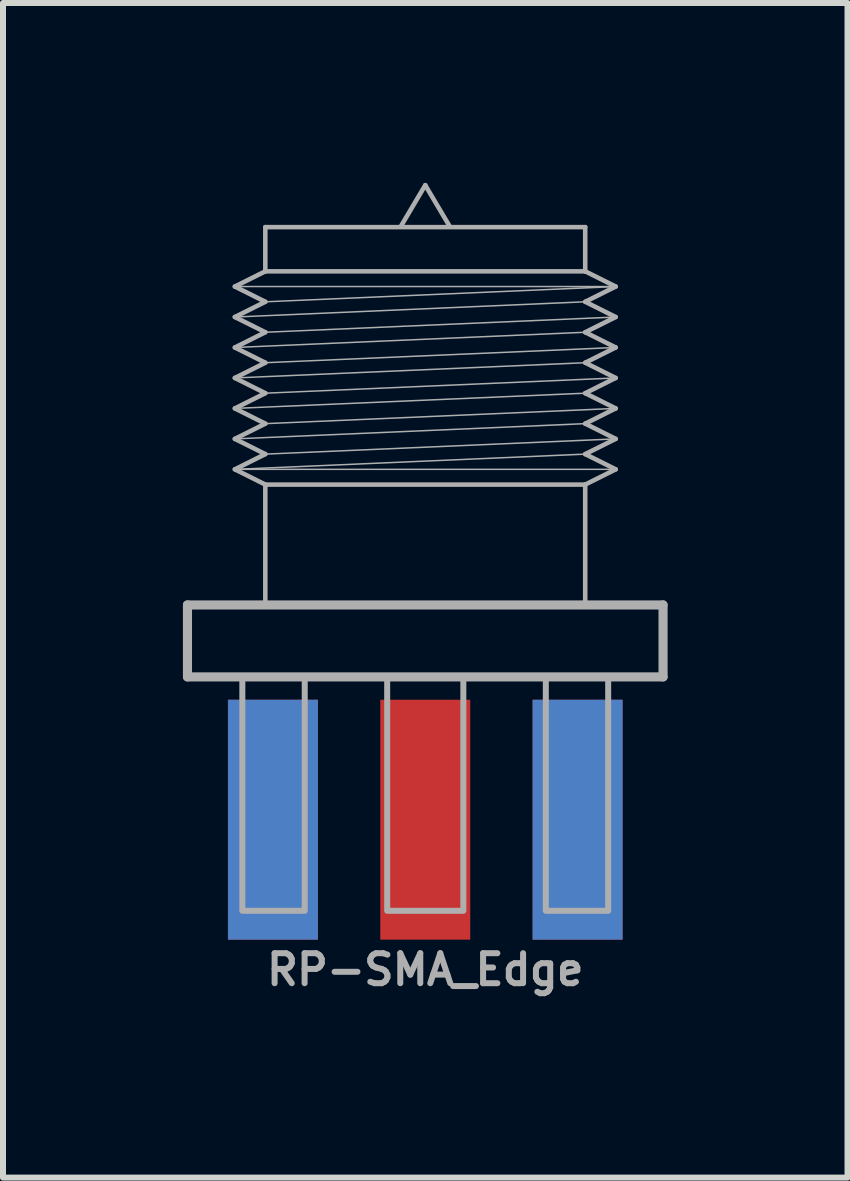
<source format=kicad_pcb>
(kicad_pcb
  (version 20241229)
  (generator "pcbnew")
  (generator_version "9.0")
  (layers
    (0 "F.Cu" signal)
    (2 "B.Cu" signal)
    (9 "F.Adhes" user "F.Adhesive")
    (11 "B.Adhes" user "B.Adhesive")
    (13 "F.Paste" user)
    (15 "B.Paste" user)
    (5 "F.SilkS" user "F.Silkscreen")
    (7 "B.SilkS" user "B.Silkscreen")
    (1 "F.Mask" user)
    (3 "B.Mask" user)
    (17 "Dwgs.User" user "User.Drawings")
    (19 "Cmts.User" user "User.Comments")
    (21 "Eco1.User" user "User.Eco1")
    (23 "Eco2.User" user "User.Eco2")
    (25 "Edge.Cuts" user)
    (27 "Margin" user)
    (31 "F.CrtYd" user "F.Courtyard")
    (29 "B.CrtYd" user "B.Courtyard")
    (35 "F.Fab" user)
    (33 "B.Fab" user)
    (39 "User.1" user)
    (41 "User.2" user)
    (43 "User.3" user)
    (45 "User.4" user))
  (footprint "RP-SMA_Edge"
    (layer "F.Cu")
    (at 4.041 10.618)
    (property "Reference" "RP-SMA_Edge" (at 0 2.5 0) (layer "F.Fab") (effects (font (size 0.5 0.5) (thickness 0.1) (bold yes))))
    (fp_line (start -3.965 -3.581) (end 3.965 -3.581) (stroke (width 0.152) (type solid)) (layer "F.Fab"))
    (fp_line (start -3.965 -2.381) (end -3.965 -3.581) (stroke (width 0.152) (type solid)) (layer "F.Fab"))
    (fp_line (start -3.175 -8.89) (end -2.667 -9.144) (stroke (width 0.076) (type solid)) (layer "F.Fab"))
    (fp_line (start -3.175 -8.382) (end -2.667 -8.636) (stroke (width 0.076) (type solid)) (layer "F.Fab"))
    (fp_line (start -3.175 -8.382) (end 2.667 -8.636) (stroke (width 0.025) (type solid)) (layer "F.Fab"))
    (fp_line (start -3.175 -7.874) (end -2.667 -8.128) (stroke (width 0.076) (type solid)) (layer "F.Fab"))
    (fp_line (start -3.175 -7.874) (end -2.667 -7.62) (stroke (width 0.076) (type solid)) (layer "F.Fab"))
    (fp_line (start -3.175 -7.874) (end 2.667 -8.128) (stroke (width 0.025) (type solid)) (layer "F.Fab"))
    (fp_line (start -3.175 -7.366) (end -2.667 -7.62) (stroke (width 0.076) (type solid)) (layer "F.Fab"))
    (fp_line (start -3.175 -7.366) (end 2.667 -7.62) (stroke (width 0.025) (type solid)) (layer "F.Fab"))
    (fp_line (start -3.175 -6.858) (end -2.667 -7.112) (stroke (width 0.076) (type solid)) (layer "F.Fab"))
    (fp_line (start -3.175 -6.858) (end 2.667 -7.112) (stroke (width 0.025) (type solid)) (layer "F.Fab"))
    (fp_line (start -3.175 -6.35) (end -2.667 -6.604) (stroke (width 0.076) (type solid)) (layer "F.Fab"))
    (fp_line (start -3.175 -6.35) (end 2.667 -6.604) (stroke (width 0.025) (type solid)) (layer "F.Fab"))
    (fp_line (start -3.175 -5.842) (end -2.667 -6.096) (stroke (width 0.076) (type solid)) (layer "F.Fab"))
    (fp_line (start -3.175 -5.842) (end 2.667 -6.096) (stroke (width 0.025) (type solid)) (layer "F.Fab"))
    (fp_line (start -3.175 -5.842) (end 3.175 -5.842) (stroke (width 0.025) (type solid)) (layer "F.Fab"))
    (fp_line (start -2.667 -9.881) (end 2.667 -9.881) (stroke (width 0.076) (type solid)) (layer "F.Fab"))
    (fp_line (start -2.667 -9.144) (end -2.667 -9.881) (stroke (width 0.076) (type solid)) (layer "F.Fab"))
    (fp_line (start -2.667 -9.144) (end 2.667 -9.144) (stroke (width 0.076) (type solid)) (layer "F.Fab"))
    (fp_line (start -2.667 -8.636) (end -3.175 -8.89) (stroke (width 0.076) (type solid)) (layer "F.Fab"))
    (fp_line (start -2.667 -8.636) (end 3.175 -8.89) (stroke (width 0.025) (type solid)) (layer "F.Fab"))
    (fp_line (start -2.667 -8.128) (end -3.175 -8.382) (stroke (width 0.076) (type solid)) (layer "F.Fab"))
    (fp_line (start -2.667 -8.128) (end 3.175 -8.382) (stroke (width 0.025) (type solid)) (layer "F.Fab"))
    (fp_line (start -2.667 -7.62) (end 3.175 -7.874) (stroke (width 0.025) (type solid)) (layer "F.Fab"))
    (fp_line (start -2.667 -7.112) (end -3.175 -7.366) (stroke (width 0.076) (type solid)) (layer "F.Fab"))
    (fp_line (start -2.667 -7.112) (end 3.175 -7.366) (stroke (width 0.025) (type solid)) (layer "F.Fab"))
    (fp_line (start -2.667 -6.604) (end -3.175 -6.858) (stroke (width 0.076) (type solid)) (layer "F.Fab"))
    (fp_line (start -2.667 -6.604) (end 3.175 -6.858) (stroke (width 0.025) (type solid)) (layer "F.Fab"))
    (fp_line (start -2.667 -6.096) (end -3.175 -6.35) (stroke (width 0.076) (type solid)) (layer "F.Fab"))
    (fp_line (start -2.667 -6.096) (end 3.175 -6.35) (stroke (width 0.025) (type solid)) (layer "F.Fab"))
    (fp_line (start -2.667 -5.588) (end -3.175 -5.842) (stroke (width 0.076) (type solid)) (layer "F.Fab"))
    (fp_line (start -2.667 -5.588) (end 2.667 -5.588) (stroke (width 0.076) (type solid)) (layer "F.Fab"))
    (fp_line (start -2.667 -3.581) (end -2.667 -5.588) (stroke (width 0.076) (type solid)) (layer "F.Fab"))
    (fp_line (start -0.4 -9.906) (end 0 -10.58) (stroke (width 0.076) (type solid)) (layer "F.Fab"))
    (fp_line (start 0 -10.58) (end 0.4 -9.906) (stroke (width 0.076) (type solid)) (layer "F.Fab"))
    (fp_line (start 2.667 -9.881) (end 2.667 -9.144) (stroke (width 0.076) (type solid)) (layer "F.Fab"))
    (fp_line (start 2.667 -9.144) (end 3.175 -8.89) (stroke (width 0.076) (type solid)) (layer "F.Fab"))
    (fp_line (start 2.667 -8.636) (end 3.175 -8.382) (stroke (width 0.076) (type solid)) (layer "F.Fab"))
    (fp_line (start 2.667 -8.128) (end 3.175 -7.874) (stroke (width 0.076) (type solid)) (layer "F.Fab"))
    (fp_line (start 2.667 -7.62) (end 3.175 -7.366) (stroke (width 0.076) (type solid)) (layer "F.Fab"))
    (fp_line (start 2.667 -7.112) (end 3.175 -6.858) (stroke (width 0.076) (type solid)) (layer "F.Fab"))
    (fp_line (start 2.667 -6.604) (end 3.175 -6.35) (stroke (width 0.076) (type solid)) (layer "F.Fab"))
    (fp_line (start 2.667 -6.096) (end 3.175 -5.842) (stroke (width 0.076) (type solid)) (layer "F.Fab"))
    (fp_line (start 2.667 -5.588) (end 2.667 -3.556) (stroke (width 0.076) (type solid)) (layer "F.Fab"))
    (fp_line (start 3.175 -8.89) (end -3.175 -8.89) (stroke (width 0.025) (type solid)) (layer "F.Fab"))
    (fp_line (start 3.175 -8.89) (end 2.667 -8.636) (stroke (width 0.076) (type solid)) (layer "F.Fab"))
    (fp_line (start 3.175 -8.382) (end 2.667 -8.128) (stroke (width 0.076) (type solid)) (layer "F.Fab"))
    (fp_line (start 3.175 -7.874) (end 2.667 -7.62) (stroke (width 0.076) (type solid)) (layer "F.Fab"))
    (fp_line (start 3.175 -7.366) (end 2.667 -7.112) (stroke (width 0.076) (type solid)) (layer "F.Fab"))
    (fp_line (start 3.175 -6.858) (end 2.667 -6.604) (stroke (width 0.076) (type solid)) (layer "F.Fab"))
    (fp_line (start 3.175 -6.35) (end 2.667 -6.096) (stroke (width 0.076) (type solid)) (layer "F.Fab"))
    (fp_line (start 3.175 -5.842) (end 2.667 -5.588) (stroke (width 0.076) (type solid)) (layer "F.Fab"))
    (fp_line (start 3.965 -3.581) (end 3.965 -2.381) (stroke (width 0.152) (type solid)) (layer "F.Fab"))
    (fp_line (start 3.965 -2.381) (end -3.965 -2.381) (stroke (width 0.152) (type solid)) (layer "F.Fab"))
    (fp_poly (pts (xy -3.05 1.519) (xy -2.01 1.519) (xy -2.01 -2.381) (xy -3.05 -2.381)) (stroke (width 0.1) (type default)) (fill no) (layer "F.Fab"))
    (fp_poly (pts (xy -0.635 1.519) (xy 0.635 1.519) (xy 0.635 -2.381) (xy -0.635 -2.381)) (stroke (width 0.1) (type default)) (fill no) (layer "F.Fab"))
    (fp_poly (pts (xy 2.01 1.519) (xy 3.05 1.519) (xy 3.05 -2.381) (xy 2.01 -2.381)) (stroke (width 0.1) (type default)) (fill no) (layer "F.Fab"))
    (pad "1" smd rect (at -2.54 0) (size 1.5 4) (layers "F.Cu" "F.Mask"))
    (pad "2" smd rect (at -2.54 0) (size 1.5 4) (layers "B.Cu" "B.Mask"))
    (pad "3" smd rect (at 2.54 0) (size 1.5 4) (layers "F.Cu" "F.Mask"))
    (pad "4" smd rect (at 2.54 0) (size 1.5 4) (layers "B.Cu" "B.Mask"))
    (pad "SIG" smd rect (at 0 0) (size 1.5 4) (layers "F.Cu" "F.Mask")))
  (gr_rect
    (start -3 -3)
    (end 11.082 16.586)
    (stroke (width 0.1) (type default))
    (fill no)
    (layer "Edge.Cuts")))
</source>
